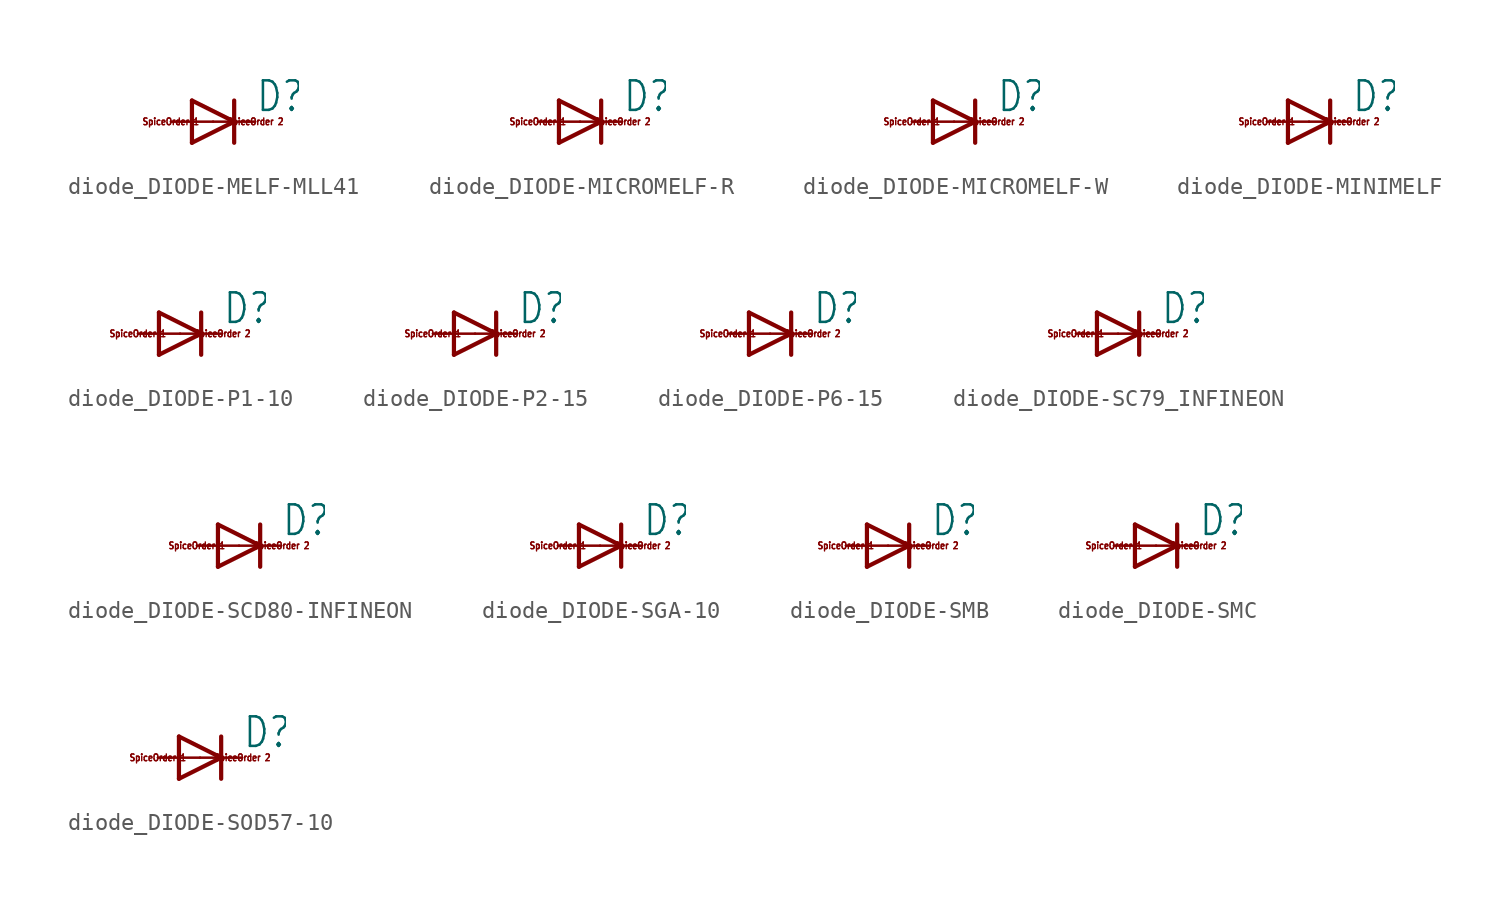
<source format=kicad_sym>
(kicad_symbol_lib
  (version 20231120)
  (generator "kicad_symbol_editor")
  (generator_version "8.0")
  (symbol "diode_DIODE-MELF-MLL41"
    (property "Reference" "D"
      (at 2.54 0.483 0)
      (effects (font (size 1.778 1.511)) (justify left bottom)))
    (property "Value" ""
      (at 2.54 -2.311 0)
      (effects (font (size 1.778 1.511)) (justify left bottom)))
    (property "ki_locked" ""
      (at 0 0 0)
      (effects (font (size 1.27 1.27))))
    (symbol "diode_DIODE-MELF-MLL41_1_0"
      (polyline (pts (xy -1.27 -1.27) (xy 1.27 0)) (stroke (width 0.254) (type solid)) (fill (type none)))
      (polyline (pts (xy -1.27 1.27) (xy -1.27 -1.27)) (stroke (width 0.254) (type solid)) (fill (type none)))
      (polyline (pts (xy 1.27 0) (xy -1.27 1.27)) (stroke (width 0.254) (type solid)) (fill (type none)))
      (polyline (pts (xy 1.27 0) (xy 1.27 -1.27)) (stroke (width 0.254) (type solid)) (fill (type none)))
      (polyline (pts (xy 1.27 1.27) (xy 1.27 0)) (stroke (width 0.254) (type solid)) (fill (type none)))
      (text "SpiceOrder 1" (at -2.54 0 0) (effects (font (size 0.406 0.345))))
      (text "SpiceOrder 2" (at 2.54 0 0) (effects (font (size 0.406 0.345))))
      (pin passive line (at -2.54 0 0) (length 2.54) (name "A" (effects (font (size 0 0)))) (number "A" (effects (font (size 0 0)))))
      (pin passive line (at 2.54 0 180) (length 2.54) (name "C" (effects (font (size 0 0)))) (number "C" (effects (font (size 0 0)))))))
  (symbol "diode_DIODE-MICROMELF-R"
    (property "Reference" "D"
      (at 2.54 0.483 0)
      (effects (font (size 1.778 1.511)) (justify left bottom)))
    (property "Value" ""
      (at 2.54 -2.311 0)
      (effects (font (size 1.778 1.511)) (justify left bottom)))
    (property "ki_locked" ""
      (at 0 0 0)
      (effects (font (size 1.27 1.27))))
    (symbol "diode_DIODE-MICROMELF-R_1_0"
      (polyline (pts (xy -1.27 -1.27) (xy 1.27 0)) (stroke (width 0.254) (type solid)) (fill (type none)))
      (polyline (pts (xy -1.27 1.27) (xy -1.27 -1.27)) (stroke (width 0.254) (type solid)) (fill (type none)))
      (polyline (pts (xy 1.27 0) (xy -1.27 1.27)) (stroke (width 0.254) (type solid)) (fill (type none)))
      (polyline (pts (xy 1.27 0) (xy 1.27 -1.27)) (stroke (width 0.254) (type solid)) (fill (type none)))
      (polyline (pts (xy 1.27 1.27) (xy 1.27 0)) (stroke (width 0.254) (type solid)) (fill (type none)))
      (text "SpiceOrder 1" (at -2.54 0 0) (effects (font (size 0.406 0.345))))
      (text "SpiceOrder 2" (at 2.54 0 0) (effects (font (size 0.406 0.345))))
      (pin passive line (at -2.54 0 0) (length 2.54) (name "A" (effects (font (size 0 0)))) (number "A" (effects (font (size 0 0)))))
      (pin passive line (at 2.54 0 180) (length 2.54) (name "C" (effects (font (size 0 0)))) (number "C" (effects (font (size 0 0)))))))
  (symbol "diode_DIODE-MICROMELF-W"
    (property "Reference" "D"
      (at 2.54 0.483 0)
      (effects (font (size 1.778 1.511)) (justify left bottom)))
    (property "Value" ""
      (at 2.54 -2.311 0)
      (effects (font (size 1.778 1.511)) (justify left bottom)))
    (property "ki_locked" ""
      (at 0 0 0)
      (effects (font (size 1.27 1.27))))
    (symbol "diode_DIODE-MICROMELF-W_1_0"
      (polyline (pts (xy -1.27 -1.27) (xy 1.27 0)) (stroke (width 0.254) (type solid)) (fill (type none)))
      (polyline (pts (xy -1.27 1.27) (xy -1.27 -1.27)) (stroke (width 0.254) (type solid)) (fill (type none)))
      (polyline (pts (xy 1.27 0) (xy -1.27 1.27)) (stroke (width 0.254) (type solid)) (fill (type none)))
      (polyline (pts (xy 1.27 0) (xy 1.27 -1.27)) (stroke (width 0.254) (type solid)) (fill (type none)))
      (polyline (pts (xy 1.27 1.27) (xy 1.27 0)) (stroke (width 0.254) (type solid)) (fill (type none)))
      (text "SpiceOrder 1" (at -2.54 0 0) (effects (font (size 0.406 0.345))))
      (text "SpiceOrder 2" (at 2.54 0 0) (effects (font (size 0.406 0.345))))
      (pin passive line (at -2.54 0 0) (length 2.54) (name "A" (effects (font (size 0 0)))) (number "A" (effects (font (size 0 0)))))
      (pin passive line (at 2.54 0 180) (length 2.54) (name "C" (effects (font (size 0 0)))) (number "C" (effects (font (size 0 0)))))))
  (symbol "diode_DIODE-MINIMELF"
    (property "Reference" "D"
      (at 2.54 0.483 0)
      (effects (font (size 1.778 1.511)) (justify left bottom)))
    (property "Value" ""
      (at 2.54 -2.311 0)
      (effects (font (size 1.778 1.511)) (justify left bottom)))
    (property "ki_locked" ""
      (at 0 0 0)
      (effects (font (size 1.27 1.27))))
    (symbol "diode_DIODE-MINIMELF_1_0"
      (polyline (pts (xy -1.27 -1.27) (xy 1.27 0)) (stroke (width 0.254) (type solid)) (fill (type none)))
      (polyline (pts (xy -1.27 1.27) (xy -1.27 -1.27)) (stroke (width 0.254) (type solid)) (fill (type none)))
      (polyline (pts (xy 1.27 0) (xy -1.27 1.27)) (stroke (width 0.254) (type solid)) (fill (type none)))
      (polyline (pts (xy 1.27 0) (xy 1.27 -1.27)) (stroke (width 0.254) (type solid)) (fill (type none)))
      (polyline (pts (xy 1.27 1.27) (xy 1.27 0)) (stroke (width 0.254) (type solid)) (fill (type none)))
      (text "SpiceOrder 1" (at -2.54 0 0) (effects (font (size 0.406 0.345))))
      (text "SpiceOrder 2" (at 2.54 0 0) (effects (font (size 0.406 0.345))))
      (pin passive line (at -2.54 0 0) (length 2.54) (name "A" (effects (font (size 0 0)))) (number "A" (effects (font (size 0 0)))))
      (pin passive line (at 2.54 0 180) (length 2.54) (name "C" (effects (font (size 0 0)))) (number "C" (effects (font (size 0 0)))))))
  (symbol "diode_DIODE-P1-10"
    (property "Reference" "D"
      (at 2.54 0.483 0)
      (effects (font (size 1.778 1.511)) (justify left bottom)))
    (property "Value" ""
      (at 2.54 -2.311 0)
      (effects (font (size 1.778 1.511)) (justify left bottom)))
    (property "ki_locked" ""
      (at 0 0 0)
      (effects (font (size 1.27 1.27))))
    (symbol "diode_DIODE-P1-10_1_0"
      (polyline (pts (xy -1.27 -1.27) (xy 1.27 0)) (stroke (width 0.254) (type solid)) (fill (type none)))
      (polyline (pts (xy -1.27 1.27) (xy -1.27 -1.27)) (stroke (width 0.254) (type solid)) (fill (type none)))
      (polyline (pts (xy 1.27 0) (xy -1.27 1.27)) (stroke (width 0.254) (type solid)) (fill (type none)))
      (polyline (pts (xy 1.27 0) (xy 1.27 -1.27)) (stroke (width 0.254) (type solid)) (fill (type none)))
      (polyline (pts (xy 1.27 1.27) (xy 1.27 0)) (stroke (width 0.254) (type solid)) (fill (type none)))
      (text "SpiceOrder 1" (at -2.54 0 0) (effects (font (size 0.406 0.345))))
      (text "SpiceOrder 2" (at 2.54 0 0) (effects (font (size 0.406 0.345))))
      (pin passive line (at -2.54 0 0) (length 2.54) (name "A" (effects (font (size 0 0)))) (number "A" (effects (font (size 0 0)))))
      (pin passive line (at 2.54 0 180) (length 2.54) (name "C" (effects (font (size 0 0)))) (number "C" (effects (font (size 0 0)))))))
  (symbol "diode_DIODE-P2-15"
    (property "Reference" "D"
      (at 2.54 0.483 0)
      (effects (font (size 1.778 1.511)) (justify left bottom)))
    (property "Value" ""
      (at 2.54 -2.311 0)
      (effects (font (size 1.778 1.511)) (justify left bottom)))
    (property "ki_locked" ""
      (at 0 0 0)
      (effects (font (size 1.27 1.27))))
    (symbol "diode_DIODE-P2-15_1_0"
      (polyline (pts (xy -1.27 -1.27) (xy 1.27 0)) (stroke (width 0.254) (type solid)) (fill (type none)))
      (polyline (pts (xy -1.27 1.27) (xy -1.27 -1.27)) (stroke (width 0.254) (type solid)) (fill (type none)))
      (polyline (pts (xy 1.27 0) (xy -1.27 1.27)) (stroke (width 0.254) (type solid)) (fill (type none)))
      (polyline (pts (xy 1.27 0) (xy 1.27 -1.27)) (stroke (width 0.254) (type solid)) (fill (type none)))
      (polyline (pts (xy 1.27 1.27) (xy 1.27 0)) (stroke (width 0.254) (type solid)) (fill (type none)))
      (text "SpiceOrder 1" (at -2.54 0 0) (effects (font (size 0.406 0.345))))
      (text "SpiceOrder 2" (at 2.54 0 0) (effects (font (size 0.406 0.345))))
      (pin passive line (at -2.54 0 0) (length 2.54) (name "A" (effects (font (size 0 0)))) (number "A" (effects (font (size 0 0)))))
      (pin passive line (at 2.54 0 180) (length 2.54) (name "C" (effects (font (size 0 0)))) (number "C" (effects (font (size 0 0)))))))
  (symbol "diode_DIODE-P6-15"
    (property "Reference" "D"
      (at 2.54 0.483 0)
      (effects (font (size 1.778 1.511)) (justify left bottom)))
    (property "Value" ""
      (at 2.54 -2.311 0)
      (effects (font (size 1.778 1.511)) (justify left bottom)))
    (property "ki_locked" ""
      (at 0 0 0)
      (effects (font (size 1.27 1.27))))
    (symbol "diode_DIODE-P6-15_1_0"
      (polyline (pts (xy -1.27 -1.27) (xy 1.27 0)) (stroke (width 0.254) (type solid)) (fill (type none)))
      (polyline (pts (xy -1.27 1.27) (xy -1.27 -1.27)) (stroke (width 0.254) (type solid)) (fill (type none)))
      (polyline (pts (xy 1.27 0) (xy -1.27 1.27)) (stroke (width 0.254) (type solid)) (fill (type none)))
      (polyline (pts (xy 1.27 0) (xy 1.27 -1.27)) (stroke (width 0.254) (type solid)) (fill (type none)))
      (polyline (pts (xy 1.27 1.27) (xy 1.27 0)) (stroke (width 0.254) (type solid)) (fill (type none)))
      (text "SpiceOrder 1" (at -2.54 0 0) (effects (font (size 0.406 0.345))))
      (text "SpiceOrder 2" (at 2.54 0 0) (effects (font (size 0.406 0.345))))
      (pin passive line (at -2.54 0 0) (length 2.54) (name "A" (effects (font (size 0 0)))) (number "A" (effects (font (size 0 0)))))
      (pin passive line (at 2.54 0 180) (length 2.54) (name "C" (effects (font (size 0 0)))) (number "C" (effects (font (size 0 0)))))))
  (symbol "diode_DIODE-SC79_INFINEON"
    (property "Reference" "D"
      (at 2.54 0.483 0)
      (effects (font (size 1.778 1.511)) (justify left bottom)))
    (property "Value" ""
      (at 2.54 -2.311 0)
      (effects (font (size 1.778 1.511)) (justify left bottom)))
    (property "ki_locked" ""
      (at 0 0 0)
      (effects (font (size 1.27 1.27))))
    (symbol "diode_DIODE-SC79_INFINEON_1_0"
      (polyline (pts (xy -1.27 -1.27) (xy 1.27 0)) (stroke (width 0.254) (type solid)) (fill (type none)))
      (polyline (pts (xy -1.27 1.27) (xy -1.27 -1.27)) (stroke (width 0.254) (type solid)) (fill (type none)))
      (polyline (pts (xy 1.27 0) (xy -1.27 1.27)) (stroke (width 0.254) (type solid)) (fill (type none)))
      (polyline (pts (xy 1.27 0) (xy 1.27 -1.27)) (stroke (width 0.254) (type solid)) (fill (type none)))
      (polyline (pts (xy 1.27 1.27) (xy 1.27 0)) (stroke (width 0.254) (type solid)) (fill (type none)))
      (text "SpiceOrder 1" (at -2.54 0 0) (effects (font (size 0.406 0.345))))
      (text "SpiceOrder 2" (at 2.54 0 0) (effects (font (size 0.406 0.345))))
      (pin passive line (at -2.54 0 0) (length 2.54) (name "A" (effects (font (size 0 0)))) (number "A" (effects (font (size 0 0)))))
      (pin passive line (at 2.54 0 180) (length 2.54) (name "C" (effects (font (size 0 0)))) (number "C" (effects (font (size 0 0)))))))
  (symbol "diode_DIODE-SCD80-INFINEON"
    (property "Reference" "D"
      (at 2.54 0.483 0)
      (effects (font (size 1.778 1.511)) (justify left bottom)))
    (property "Value" ""
      (at 2.54 -2.311 0)
      (effects (font (size 1.778 1.511)) (justify left bottom)))
    (property "ki_locked" ""
      (at 0 0 0)
      (effects (font (size 1.27 1.27))))
    (symbol "diode_DIODE-SCD80-INFINEON_1_0"
      (polyline (pts (xy -1.27 -1.27) (xy 1.27 0)) (stroke (width 0.254) (type solid)) (fill (type none)))
      (polyline (pts (xy -1.27 1.27) (xy -1.27 -1.27)) (stroke (width 0.254) (type solid)) (fill (type none)))
      (polyline (pts (xy 1.27 0) (xy -1.27 1.27)) (stroke (width 0.254) (type solid)) (fill (type none)))
      (polyline (pts (xy 1.27 0) (xy 1.27 -1.27)) (stroke (width 0.254) (type solid)) (fill (type none)))
      (polyline (pts (xy 1.27 1.27) (xy 1.27 0)) (stroke (width 0.254) (type solid)) (fill (type none)))
      (text "SpiceOrder 1" (at -2.54 0 0) (effects (font (size 0.406 0.345))))
      (text "SpiceOrder 2" (at 2.54 0 0) (effects (font (size 0.406 0.345))))
      (pin passive line (at -2.54 0 0) (length 2.54) (name "A" (effects (font (size 0 0)))) (number "A" (effects (font (size 0 0)))))
      (pin passive line (at 2.54 0 180) (length 2.54) (name "C" (effects (font (size 0 0)))) (number "C" (effects (font (size 0 0)))))))
  (symbol "diode_DIODE-SGA-10"
    (property "Reference" "D"
      (at 2.54 0.483 0)
      (effects (font (size 1.778 1.511)) (justify left bottom)))
    (property "Value" ""
      (at 2.54 -2.311 0)
      (effects (font (size 1.778 1.511)) (justify left bottom)))
    (property "ki_locked" ""
      (at 0 0 0)
      (effects (font (size 1.27 1.27))))
    (symbol "diode_DIODE-SGA-10_1_0"
      (polyline (pts (xy -1.27 -1.27) (xy 1.27 0)) (stroke (width 0.254) (type solid)) (fill (type none)))
      (polyline (pts (xy -1.27 1.27) (xy -1.27 -1.27)) (stroke (width 0.254) (type solid)) (fill (type none)))
      (polyline (pts (xy 1.27 0) (xy -1.27 1.27)) (stroke (width 0.254) (type solid)) (fill (type none)))
      (polyline (pts (xy 1.27 0) (xy 1.27 -1.27)) (stroke (width 0.254) (type solid)) (fill (type none)))
      (polyline (pts (xy 1.27 1.27) (xy 1.27 0)) (stroke (width 0.254) (type solid)) (fill (type none)))
      (text "SpiceOrder 1" (at -2.54 0 0) (effects (font (size 0.406 0.345))))
      (text "SpiceOrder 2" (at 2.54 0 0) (effects (font (size 0.406 0.345))))
      (pin passive line (at -2.54 0 0) (length 2.54) (name "A" (effects (font (size 0 0)))) (number "A" (effects (font (size 0 0)))))
      (pin passive line (at 2.54 0 180) (length 2.54) (name "C" (effects (font (size 0 0)))) (number "C" (effects (font (size 0 0)))))))
  (symbol "diode_DIODE-SMB"
    (property "Reference" "D"
      (at 2.54 0.483 0)
      (effects (font (size 1.778 1.511)) (justify left bottom)))
    (property "Value" ""
      (at 2.54 -2.311 0)
      (effects (font (size 1.778 1.511)) (justify left bottom)))
    (property "ki_locked" ""
      (at 0 0 0)
      (effects (font (size 1.27 1.27))))
    (symbol "diode_DIODE-SMB_1_0"
      (polyline (pts (xy -1.27 -1.27) (xy 1.27 0)) (stroke (width 0.254) (type solid)) (fill (type none)))
      (polyline (pts (xy -1.27 1.27) (xy -1.27 -1.27)) (stroke (width 0.254) (type solid)) (fill (type none)))
      (polyline (pts (xy 1.27 0) (xy -1.27 1.27)) (stroke (width 0.254) (type solid)) (fill (type none)))
      (polyline (pts (xy 1.27 0) (xy 1.27 -1.27)) (stroke (width 0.254) (type solid)) (fill (type none)))
      (polyline (pts (xy 1.27 1.27) (xy 1.27 0)) (stroke (width 0.254) (type solid)) (fill (type none)))
      (text "SpiceOrder 1" (at -2.54 0 0) (effects (font (size 0.406 0.345))))
      (text "SpiceOrder 2" (at 2.54 0 0) (effects (font (size 0.406 0.345))))
      (pin passive line (at -2.54 0 0) (length 2.54) (name "A" (effects (font (size 0 0)))) (number "A" (effects (font (size 0 0)))))
      (pin passive line (at 2.54 0 180) (length 2.54) (name "C" (effects (font (size 0 0)))) (number "C" (effects (font (size 0 0)))))))
  (symbol "diode_DIODE-SMC"
    (property "Reference" "D"
      (at 2.54 0.483 0)
      (effects (font (size 1.778 1.511)) (justify left bottom)))
    (property "Value" ""
      (at 2.54 -2.311 0)
      (effects (font (size 1.778 1.511)) (justify left bottom)))
    (property "ki_locked" ""
      (at 0 0 0)
      (effects (font (size 1.27 1.27))))
    (symbol "diode_DIODE-SMC_1_0"
      (polyline (pts (xy -1.27 -1.27) (xy 1.27 0)) (stroke (width 0.254) (type solid)) (fill (type none)))
      (polyline (pts (xy -1.27 1.27) (xy -1.27 -1.27)) (stroke (width 0.254) (type solid)) (fill (type none)))
      (polyline (pts (xy 1.27 0) (xy -1.27 1.27)) (stroke (width 0.254) (type solid)) (fill (type none)))
      (polyline (pts (xy 1.27 0) (xy 1.27 -1.27)) (stroke (width 0.254) (type solid)) (fill (type none)))
      (polyline (pts (xy 1.27 1.27) (xy 1.27 0)) (stroke (width 0.254) (type solid)) (fill (type none)))
      (text "SpiceOrder 1" (at -2.54 0 0) (effects (font (size 0.406 0.345))))
      (text "SpiceOrder 2" (at 2.54 0 0) (effects (font (size 0.406 0.345))))
      (pin passive line (at -2.54 0 0) (length 2.54) (name "A" (effects (font (size 0 0)))) (number "A" (effects (font (size 0 0)))))
      (pin passive line (at 2.54 0 180) (length 2.54) (name "C" (effects (font (size 0 0)))) (number "C" (effects (font (size 0 0)))))))
  (symbol "diode_DIODE-SOD57-10"
    (property "Reference" "D"
      (at 2.54 0.483 0)
      (effects (font (size 1.778 1.511)) (justify left bottom)))
    (property "Value" ""
      (at 2.54 -2.311 0)
      (effects (font (size 1.778 1.511)) (justify left bottom)))
    (property "ki_locked" ""
      (at 0 0 0)
      (effects (font (size 1.27 1.27))))
    (symbol "diode_DIODE-SOD57-10_1_0"
      (polyline (pts (xy -1.27 -1.27) (xy 1.27 0)) (stroke (width 0.254) (type solid)) (fill (type none)))
      (polyline (pts (xy -1.27 1.27) (xy -1.27 -1.27)) (stroke (width 0.254) (type solid)) (fill (type none)))
      (polyline (pts (xy 1.27 0) (xy -1.27 1.27)) (stroke (width 0.254) (type solid)) (fill (type none)))
      (polyline (pts (xy 1.27 0) (xy 1.27 -1.27)) (stroke (width 0.254) (type solid)) (fill (type none)))
      (polyline (pts (xy 1.27 1.27) (xy 1.27 0)) (stroke (width 0.254) (type solid)) (fill (type none)))
      (text "SpiceOrder 1" (at -2.54 0 0) (effects (font (size 0.406 0.345))))
      (text "SpiceOrder 2" (at 2.54 0 0) (effects (font (size 0.406 0.345))))
      (pin passive line (at -2.54 0 0) (length 2.54) (name "A" (effects (font (size 0 0)))) (number "A" (effects (font (size 0 0)))))
      (pin passive line (at 2.54 0 180) (length 2.54) (name "C" (effects (font (size 0 0)))) (number "C" (effects (font (size 0 0))))))))
</source>
